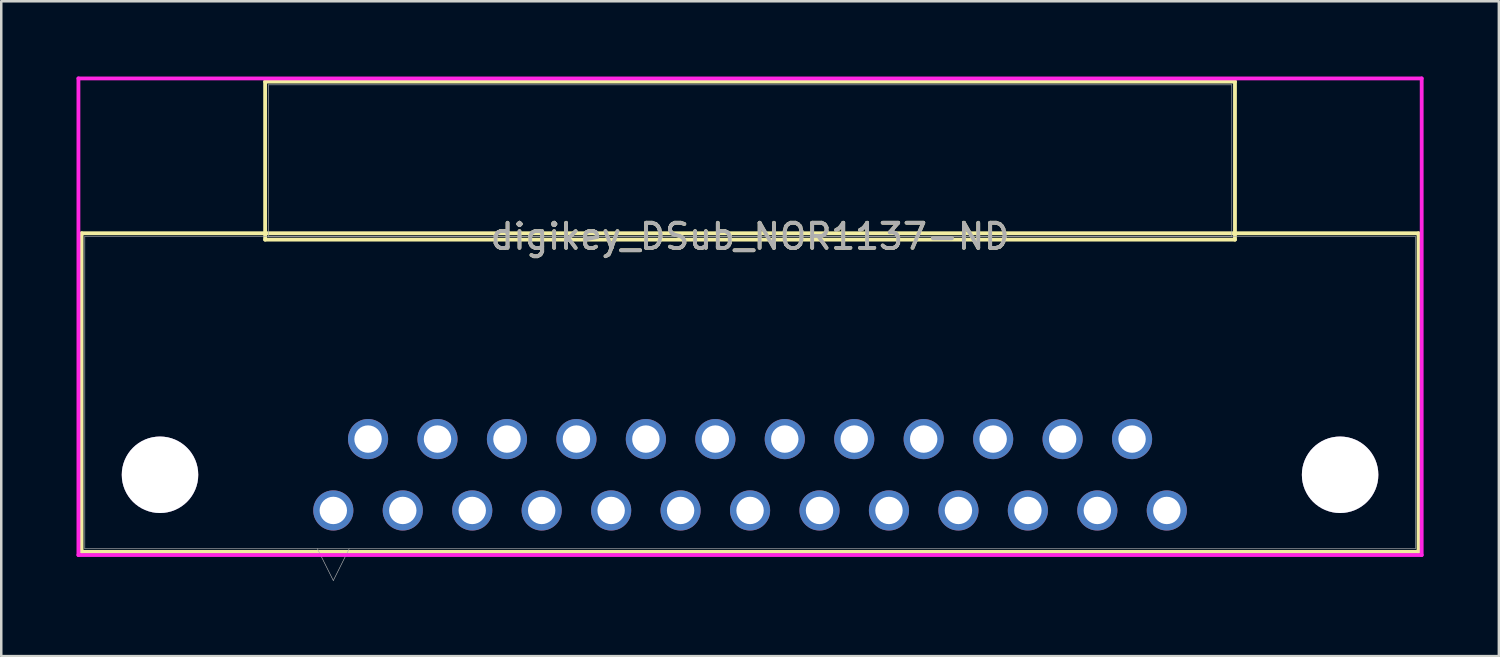
<source format=kicad_pcb>
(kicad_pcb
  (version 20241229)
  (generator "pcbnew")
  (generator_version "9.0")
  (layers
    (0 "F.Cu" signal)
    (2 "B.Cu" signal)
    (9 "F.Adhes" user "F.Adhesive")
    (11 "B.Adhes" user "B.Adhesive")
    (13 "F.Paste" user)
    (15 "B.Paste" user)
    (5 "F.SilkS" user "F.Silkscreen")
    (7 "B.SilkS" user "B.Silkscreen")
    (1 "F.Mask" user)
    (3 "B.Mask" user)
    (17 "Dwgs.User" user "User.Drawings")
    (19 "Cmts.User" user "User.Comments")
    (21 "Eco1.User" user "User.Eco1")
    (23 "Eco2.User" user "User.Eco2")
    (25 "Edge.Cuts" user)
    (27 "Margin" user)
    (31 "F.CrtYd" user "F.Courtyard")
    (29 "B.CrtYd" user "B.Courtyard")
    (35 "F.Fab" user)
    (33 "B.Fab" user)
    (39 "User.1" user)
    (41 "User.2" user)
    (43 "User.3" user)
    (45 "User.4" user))
  (footprint "digikey_DSub_NOR1137-ND"
    (layer "F.Cu")
    (at 26.848 6.375)
    (property "Reference" "digikey_DSub_NOR1137-ND" (at 0 0 0) (unlocked yes) (layer "F.SilkS") (effects (font (size 1 1) (thickness 0.15))))
    (attr through_hole)
    (fp_line (start -26.645 -0.127) (end -26.645 12.573) (stroke (width 0.152) (type solid)) (layer "F.SilkS"))
    (fp_line (start -26.645 12.573) (end 26.645 12.573) (stroke (width 0.152) (type solid)) (layer "F.SilkS"))
    (fp_line (start -19.329 -6.172) (end -19.329 0.127) (stroke (width 0.152) (type solid)) (layer "F.SilkS"))
    (fp_line (start -19.329 0.127) (end 19.329 0.127) (stroke (width 0.152) (type solid)) (layer "F.SilkS"))
    (fp_line (start 19.329 -6.172) (end -19.329 -6.172) (stroke (width 0.152) (type solid)) (layer "F.SilkS"))
    (fp_line (start 19.329 0.127) (end 19.329 -6.172) (stroke (width 0.152) (type solid)) (layer "F.SilkS"))
    (fp_line (start 26.645 -0.127) (end -26.645 -0.127) (stroke (width 0.152) (type solid)) (layer "F.SilkS"))
    (fp_line (start 26.645 12.573) (end 26.645 -0.127) (stroke (width 0.152) (type solid)) (layer "F.SilkS"))
    (fp_line (start -26.772 -6.299) (end -26.772 12.7) (stroke (width 0.152) (type solid)) (layer "F.CrtYd"))
    (fp_line (start -26.772 12.7) (end 26.772 12.7) (stroke (width 0.152) (type solid)) (layer "F.CrtYd"))
    (fp_line (start 26.772 -6.299) (end -26.772 -6.299) (stroke (width 0.152) (type solid)) (layer "F.CrtYd"))
    (fp_line (start 26.772 12.7) (end 26.772 -6.299) (stroke (width 0.152) (type solid)) (layer "F.CrtYd"))
    (fp_line (start -26.518 0) (end -26.518 12.446) (stroke (width 0.025) (type solid)) (layer "F.Fab"))
    (fp_line (start -26.518 12.446) (end 26.518 12.446) (stroke (width 0.025) (type solid)) (layer "F.Fab"))
    (fp_line (start -19.202 -6.045) (end -19.202 0) (stroke (width 0.025) (type solid)) (layer "F.Fab"))
    (fp_line (start -19.202 0) (end 19.202 0) (stroke (width 0.025) (type solid)) (layer "F.Fab"))
    (fp_line (start -17.247 12.446) (end -16.612 13.716) (stroke (width 0.025) (type solid)) (layer "F.Fab"))
    (fp_line (start -15.977 12.446) (end -16.612 13.716) (stroke (width 0.025) (type solid)) (layer "F.Fab"))
    (fp_line (start 19.202 -6.045) (end -19.202 -6.045) (stroke (width 0.025) (type solid)) (layer "F.Fab"))
    (fp_line (start 19.202 0) (end 19.202 -6.045) (stroke (width 0.025) (type solid)) (layer "F.Fab"))
    (fp_line (start 26.518 0) (end -26.518 0) (stroke (width 0.025) (type solid)) (layer "F.Fab"))
    (fp_line (start 26.518 12.446) (end 26.518 0) (stroke (width 0.025) (type solid)) (layer "F.Fab"))
    (fp_text user "${REFERENCE}" (at 0 0 0) (unlocked yes) (layer "F.Fab") (effects (font (size 1 1) (thickness 0.15))))
    (pad "1" thru_hole circle (at -16.612 10.922) (size 1.6 1.6) (drill 1.092) (layers "*.Cu" "*.Mask"))
    (pad "2" thru_hole circle (at -13.843 10.922) (size 1.6 1.6) (drill 1.092) (layers "*.Cu" "*.Mask"))
    (pad "3" thru_hole circle (at -11.074 10.922) (size 1.6 1.6) (drill 1.092) (layers "*.Cu" "*.Mask"))
    (pad "4" thru_hole circle (at -8.306 10.922) (size 1.6 1.6) (drill 1.092) (layers "*.Cu" "*.Mask"))
    (pad "5" thru_hole circle (at -5.537 10.922) (size 1.6 1.6) (drill 1.092) (layers "*.Cu" "*.Mask"))
    (pad "6" thru_hole circle (at -2.769 10.922) (size 1.6 1.6) (drill 1.092) (layers "*.Cu" "*.Mask"))
    (pad "7" thru_hole circle (at 0 10.922) (size 1.6 1.6) (drill 1.092) (layers "*.Cu" "*.Mask"))
    (pad "8" thru_hole circle (at 2.769 10.922) (size 1.6 1.6) (drill 1.092) (layers "*.Cu" "*.Mask"))
    (pad "9" thru_hole circle (at 5.537 10.922) (size 1.6 1.6) (drill 1.092) (layers "*.Cu" "*.Mask"))
    (pad "10" thru_hole circle (at 8.306 10.922) (size 1.6 1.6) (drill 1.092) (layers "*.Cu" "*.Mask"))
    (pad "11" thru_hole circle (at 11.074 10.922) (size 1.6 1.6) (drill 1.092) (layers "*.Cu" "*.Mask"))
    (pad "12" thru_hole circle (at 13.843 10.922) (size 1.6 1.6) (drill 1.092) (layers "*.Cu" "*.Mask"))
    (pad "13" thru_hole circle (at 16.612 10.922) (size 1.6 1.6) (drill 1.092) (layers "*.Cu" "*.Mask"))
    (pad "14" thru_hole circle (at -15.227 8.077) (size 1.6 1.6) (drill 1.092) (layers "*.Cu" "*.Mask"))
    (pad "15" thru_hole circle (at -12.459 8.077) (size 1.6 1.6) (drill 1.092) (layers "*.Cu" "*.Mask"))
    (pad "16" thru_hole circle (at -9.69 8.077) (size 1.6 1.6) (drill 1.092) (layers "*.Cu" "*.Mask"))
    (pad "17" thru_hole circle (at -6.921 8.077) (size 1.6 1.6) (drill 1.092) (layers "*.Cu" "*.Mask"))
    (pad "18" thru_hole circle (at -4.153 8.077) (size 1.6 1.6) (drill 1.092) (layers "*.Cu" "*.Mask"))
    (pad "19" thru_hole circle (at -1.384 8.077) (size 1.6 1.6) (drill 1.092) (layers "*.Cu" "*.Mask"))
    (pad "20" thru_hole circle (at 1.384 8.077) (size 1.6 1.6) (drill 1.092) (layers "*.Cu" "*.Mask"))
    (pad "21" thru_hole circle (at 4.153 8.077) (size 1.6 1.6) (drill 1.092) (layers "*.Cu" "*.Mask"))
    (pad "22" thru_hole circle (at 6.921 8.077) (size 1.6 1.6) (drill 1.092) (layers "*.Cu" "*.Mask"))
    (pad "23" thru_hole circle (at 9.69 8.077) (size 1.6 1.6) (drill 1.092) (layers "*.Cu" "*.Mask"))
    (pad "24" thru_hole circle (at 12.459 8.077) (size 1.6 1.6) (drill 1.092) (layers "*.Cu" "*.Mask"))
    (pad "25" thru_hole circle (at 15.227 8.077) (size 1.6 1.6) (drill 1.092) (layers "*.Cu" "*.Mask"))
    (pad "26" thru_hole circle (at -23.52 9.5) (size 3.048 3.048) (drill 3.048) (layers "*.Cu" "*.Mask"))
    (pad "27" thru_hole circle (at 23.52 9.5) (size 3.048 3.048) (drill 3.048) (layers "*.Cu" "*.Mask")))
  (gr_rect
    (start -3 -3)
    (end 56.696 23.104)
    (stroke (width 0.1) (type default))
    (fill no)
    (layer "Edge.Cuts")))
</source>
